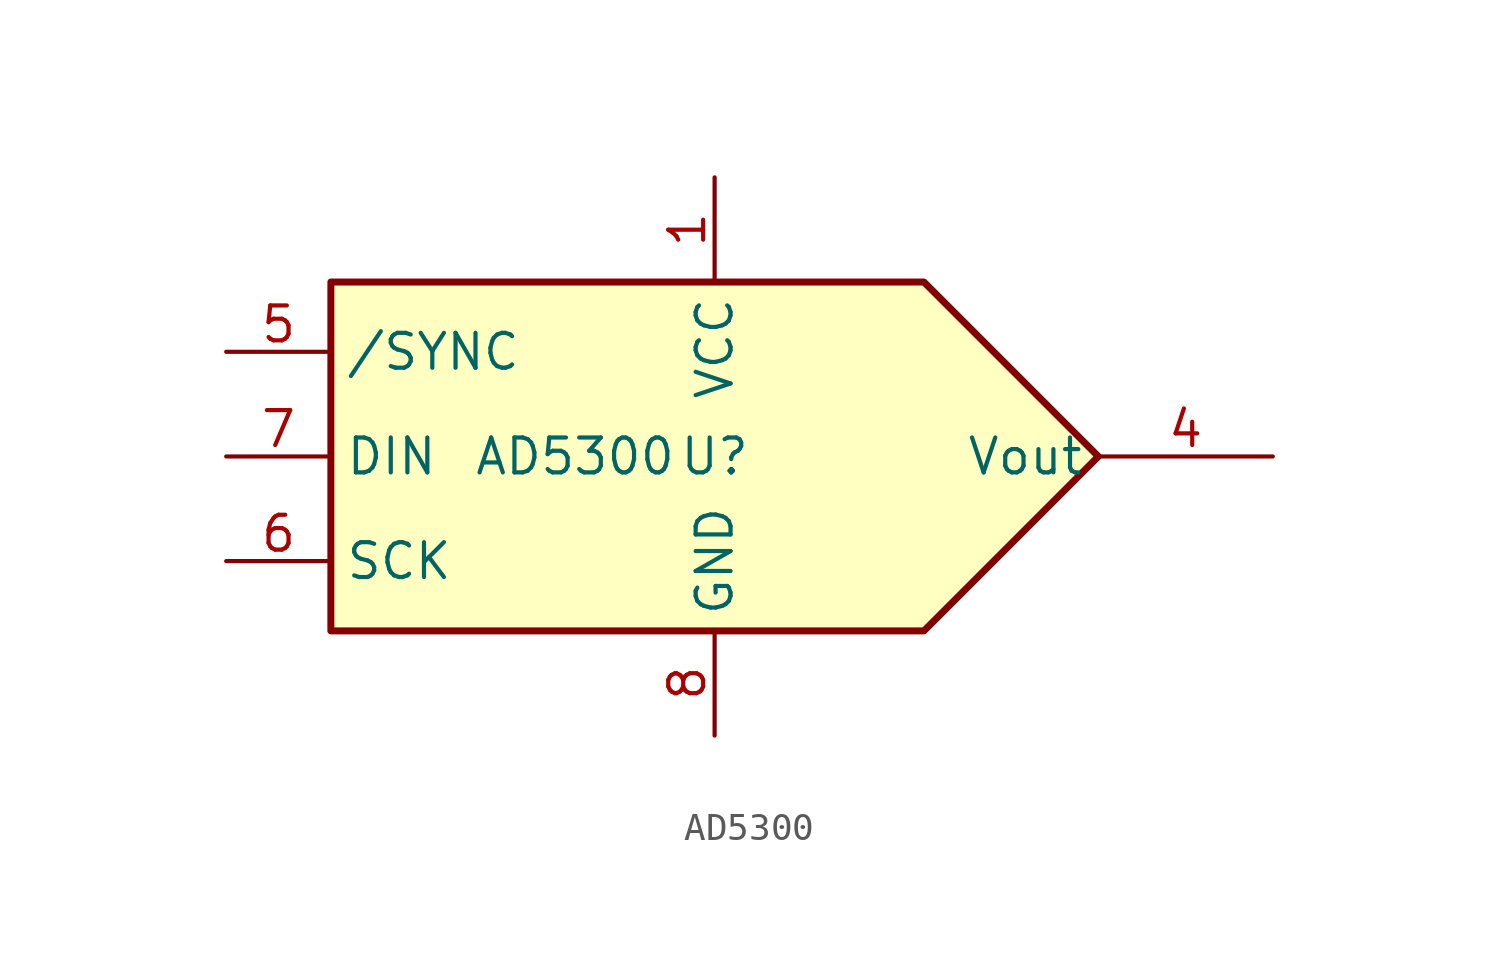
<source format=kicad_sym>
(kicad_symbol_lib
  (version 20211014)
  (generator kicad_symbol_editor)
  (symbol "AD5300"
    (property "Reference" "U"
      (at 0 0 0)
      (effects (font (size 1.27 1.27))))
    (property "Value" "AD5300"
      (at -5.08 0 0)
      (effects (font (size 1.27 1.27))))
    (symbol "AD5300_0_1"
      (polyline (pts (xy -13.97 -6.35) (xy 7.62 -6.35) (xy 13.97 0) (xy 7.62 6.35) (xy -13.97 6.35) (xy -13.97 -6.35)) (stroke (width 0.254) (type default) (color 0 0 0 0)) (fill (type background))))
    (symbol "AD5300_1_1"
      (pin power_in line (at 0 10.16 270) (length 3.81) (name "VCC" (effects (font (size 1.27 1.27)))) (number "1" (effects (font (size 1.27 1.27)))))
      (pin output line (at 20.32 0 180) (length 6.35) (name "Vout" (effects (font (size 1.27 1.27)))) (number "4" (effects (font (size 1.27 1.27)))))
      (pin input line (at -17.78 3.81 0) (length 3.81) (name "/SYNC" (effects (font (size 1.27 1.27)))) (number "5" (effects (font (size 1.27 1.27)))))
      (pin input line (at -17.78 -3.81 0) (length 3.81) (name "SCK" (effects (font (size 1.27 1.27)))) (number "6" (effects (font (size 1.27 1.27)))))
      (pin input line (at -17.78 0 0) (length 3.81) (name "DIN" (effects (font (size 1.27 1.27)))) (number "7" (effects (font (size 1.27 1.27)))))
      (pin power_in line (at 0 -10.16 90) (length 3.81) (name "GND" (effects (font (size 1.27 1.27)))) (number "8" (effects (font (size 1.27 1.27))))))))
</source>
